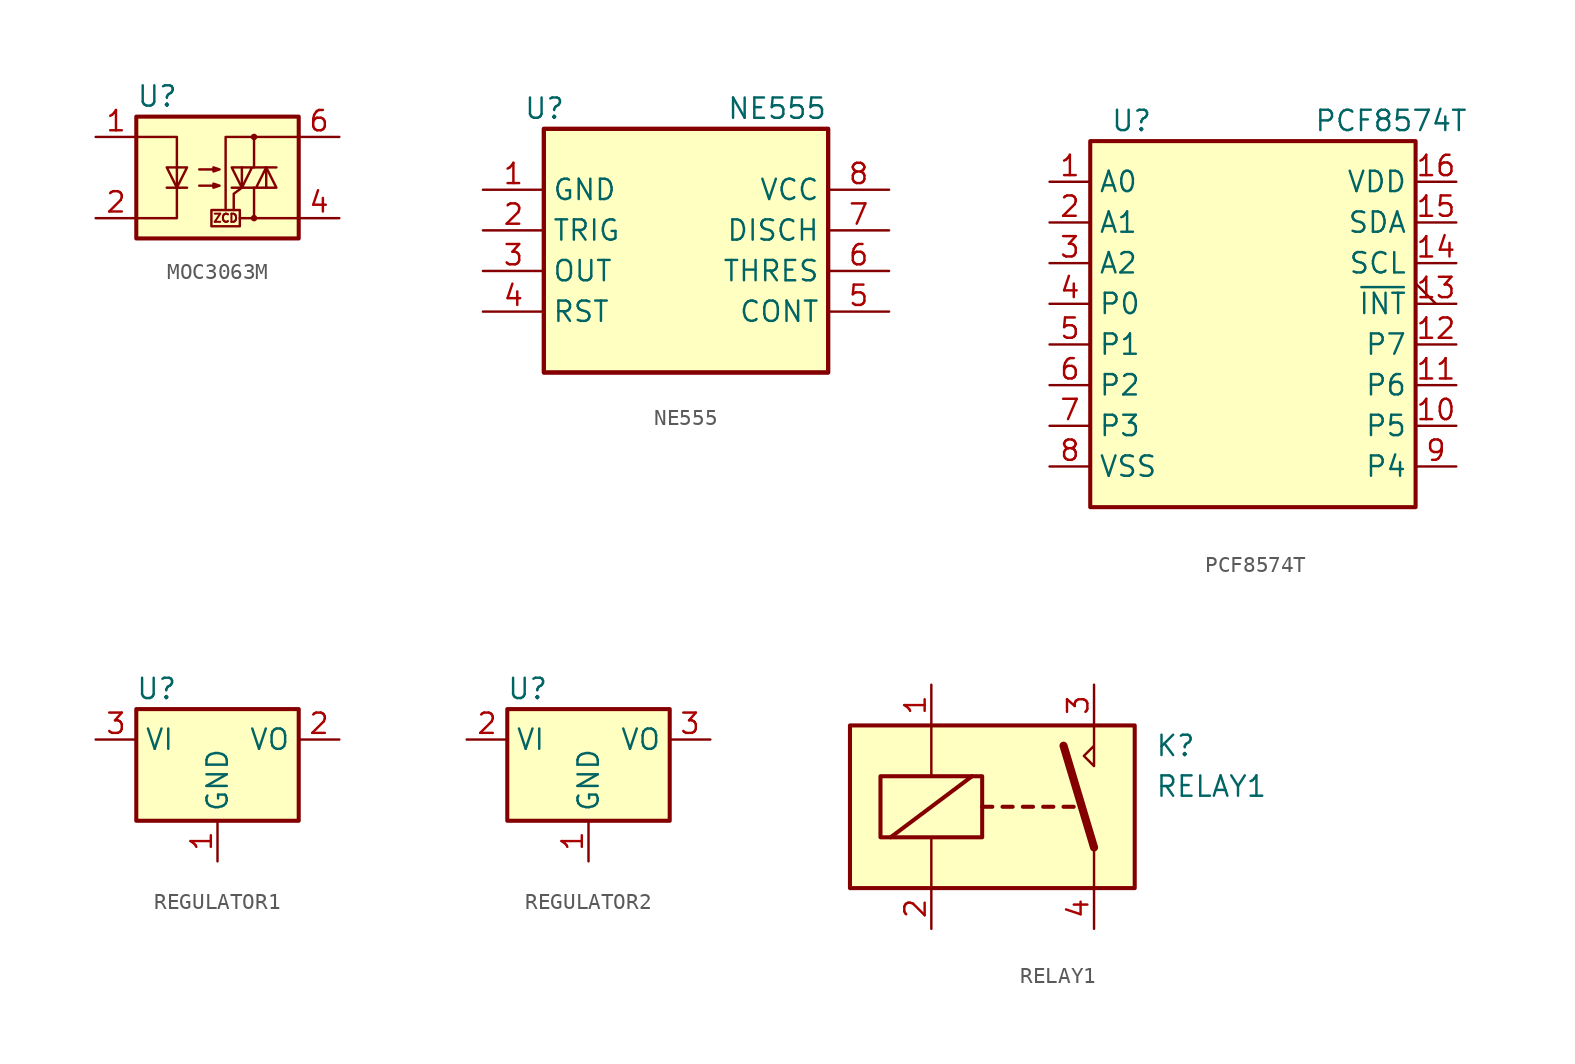
<source format=kicad_sym>
(kicad_symbol_lib
  (version 20220914)
  (generator kicad_symbol_editor)
  (symbol "MOC3063M"
    (property "Reference" "U"
      (at -5.08 5.08 0)
      (effects (font (size 1.27 1.27)) (justify left)))
    (property "Manufacturer" ""
      (at 0 0 0)
      (effects (font (size 1.27 1.27)) (justify left)))
    (property "Manufacturer Part Number" ""
      (at 0 0 0)
      (effects (font (size 1.27 1.27)) (justify left)))
    (symbol "MOC3063M_0_0"
      (rectangle (start -0.381 -2.032) (end 1.397 -3.048) (stroke (width 0) (type default)) (fill (type none)))
      (polyline (pts (xy 2.286 -2.54) (xy 1.397 -2.54)) (stroke (width 0) (type default)) (fill (type none)))
      (polyline (pts (xy 1.524 -0.635) (xy 1.016 -1.016) (xy 1.016 -2.032)) (stroke (width 0) (type default)) (fill (type none)))
      (text "ZCD" (at 0.508 -2.54 0) (effects (font (size 0.508 0.508)))))
    (symbol "MOC3063M_0_1"
      (rectangle (start -5.08 3.81) (end 5.08 -3.81) (stroke (width 0.254) (type default)) (fill (type background)))
      (polyline (pts (xy -3.175 -0.635) (xy -1.905 -0.635)) (stroke (width 0) (type default)) (fill (type none)))
      (polyline (pts (xy 1.524 -0.635) (xy 1.524 0.635)) (stroke (width 0) (type default)) (fill (type none)))
      (polyline (pts (xy 3.048 0.635) (xy 3.048 -0.635)) (stroke (width 0) (type default)) (fill (type none)))
      (polyline (pts (xy 2.286 -0.635) (xy 2.286 -2.54) (xy 5.08 -2.54)) (stroke (width 0) (type default)) (fill (type none)))
      (polyline (pts (xy 2.286 0.635) (xy 2.286 2.54) (xy 5.08 2.54)) (stroke (width 0) (type default)) (fill (type none)))
      (polyline (pts (xy 2.286 2.54) (xy 0.508 2.54) (xy 0.508 -2.032)) (stroke (width 0) (type default)) (fill (type none)))
      (polyline (pts (xy -5.08 2.54) (xy -2.54 2.54) (xy -2.54 -2.54) (xy -5.08 -2.54)) (stroke (width 0) (type default)) (fill (type none)))
      (polyline (pts (xy -2.54 -0.635) (xy -3.175 0.635) (xy -1.905 0.635) (xy -2.54 -0.635)) (stroke (width 0) (type default)) (fill (type none)))
      (polyline (pts (xy 0.889 -0.635) (xy 3.683 -0.635) (xy 3.048 0.635) (xy 2.413 -0.635)) (stroke (width 0) (type default)) (fill (type none)))
      (polyline (pts (xy 3.683 0.635) (xy 0.889 0.635) (xy 1.524 -0.635) (xy 2.159 0.635)) (stroke (width 0) (type default)) (fill (type none)))
      (polyline (pts (xy -1.143 -0.508) (xy 0.127 -0.508) (xy -0.254 -0.635) (xy -0.254 -0.381) (xy 0.127 -0.508)) (stroke (width 0) (type default)) (fill (type none)))
      (polyline (pts (xy -1.143 0.508) (xy 0.127 0.508) (xy -0.254 0.381) (xy -0.254 0.635) (xy 0.127 0.508)) (stroke (width 0) (type default)) (fill (type none)))
      (circle (center 2.286 -2.54) (radius 0.127) (stroke (width 0) (type default)) (fill (type none)))
      (circle (center 2.286 2.54) (radius 0.127) (stroke (width 0) (type default)) (fill (type none))))
    (symbol "MOC3063M_1_1"
      (pin passive line (at -7.62 2.54 0) (length 2.54) (name "~" (effects (font (size 1.27 1.27)))) (number "1" (effects (font (size 1.27 1.27)))))
      (pin passive line (at -7.62 -2.54 0) (length 2.54) (name "~" (effects (font (size 1.27 1.27)))) (number "2" (effects (font (size 1.27 1.27)))))
      (pin no_connect line (at -5.08 0 0) (length 2.54) hide (name "NC" (effects (font (size 1.27 1.27)))) (number "3" (effects (font (size 1.27 1.27)))))
      (pin passive line (at 7.62 -2.54 180) (length 2.54) (name "~" (effects (font (size 1.27 1.27)))) (number "4" (effects (font (size 1.27 1.27)))))
      (pin no_connect line (at 5.08 0 180) (length 2.54) hide (name "NC" (effects (font (size 1.27 1.27)))) (number "5" (effects (font (size 1.27 1.27)))))
      (pin passive line (at 7.62 2.54 180) (length 2.54) (name "~" (effects (font (size 1.27 1.27)))) (number "6" (effects (font (size 1.27 1.27)))))))
  (symbol "NE555"
    (property "Reference" "U"
      (at -10.16 8.89 0)
      (effects (font (size 1.27 1.27)) (justify left)))
    (property "Value" "NE555"
      (at 2.54 8.89 0)
      (effects (font (size 1.27 1.27)) (justify left)))
    (property "Manufacturer" ""
      (at 0 0 0)
      (effects (font (size 1.27 1.27)) (justify left)))
    (property "Manufacturer Part Number" ""
      (at 0 0 0)
      (effects (font (size 1.27 1.27)) (justify left)))
    (symbol "NE555_0_1"
      (rectangle (start -8.89 -7.62) (end 8.89 7.62) (stroke (width 0.254) (type default)) (fill (type background)))
      (rectangle (start -8.89 7.62) (end 8.89 -7.62) (stroke (width 0.254) (type default)) (fill (type background))))
    (symbol "NE555_1_0"
      (pin power_in line (at -12.7 3.81 0) (length 3.81) (name "GND" (effects (font (size 1.27 1.27)))) (number "1" (effects (font (size 1.27 1.27)))))
      (pin power_in line (at 12.7 3.81 180) (length 3.81) (name "VCC" (effects (font (size 1.27 1.27)))) (number "8" (effects (font (size 1.27 1.27))))))
    (symbol "NE555_1_1"
      (pin input line (at -12.7 1.27 0) (length 3.81) (name "TRIG" (effects (font (size 1.27 1.27)))) (number "2" (effects (font (size 1.27 1.27)))))
      (pin output line (at -12.7 -1.27 0) (length 3.81) (name "OUT" (effects (font (size 1.27 1.27)))) (number "3" (effects (font (size 1.27 1.27)))))
      (pin input line (at -12.7 -3.81 0) (length 3.81) (name "RST" (effects (font (size 1.27 1.27)))) (number "4" (effects (font (size 1.27 1.27)))))
      (pin input line (at 12.7 -3.81 180) (length 3.81) (name "CONT" (effects (font (size 1.27 1.27)))) (number "5" (effects (font (size 1.27 1.27)))))
      (pin input line (at 12.7 -1.27 180) (length 3.81) (name "THRES" (effects (font (size 1.27 1.27)))) (number "6" (effects (font (size 1.27 1.27)))))
      (pin input line (at 12.7 1.27 180) (length 3.81) (name "DISCH" (effects (font (size 1.27 1.27)))) (number "7" (effects (font (size 1.27 1.27)))))))
  (symbol "PCF8574T"
    (property "Reference" "U"
      (at -8.89 12.7 0)
      (effects (font (size 1.27 1.27)) (justify left)))
    (property "Value" "PCF8574T"
      (at 3.81 12.7 0)
      (effects (font (size 1.27 1.27)) (justify left)))
    (property "Manufacturer" ""
      (at 0 -3.81 0)
      (effects (font (size 1.27 1.27)) (justify left)))
    (property "Manufacturer Part Number" ""
      (at 0 -3.81 0)
      (effects (font (size 1.27 1.27)) (justify left)))
    (symbol "PCF8574T_0_1"
      (rectangle (start -10.16 11.43) (end 10.16 -11.43) (stroke (width 0.254) (type default)) (fill (type background))))
    (symbol "PCF8574T_1_1"
      (pin input line (at -12.7 8.89 0) (length 2.54) (name "A0" (effects (font (size 1.27 1.27)))) (number "1" (effects (font (size 1.27 1.27)))))
      (pin bidirectional line (at 12.7 -6.35 180) (length 2.54) (name "P5" (effects (font (size 1.27 1.27)))) (number "10" (effects (font (size 1.27 1.27)))))
      (pin bidirectional line (at 12.7 -3.81 180) (length 2.54) (name "P6" (effects (font (size 1.27 1.27)))) (number "11" (effects (font (size 1.27 1.27)))))
      (pin bidirectional line (at 12.7 -1.27 180) (length 2.54) (name "P7" (effects (font (size 1.27 1.27)))) (number "12" (effects (font (size 1.27 1.27)))))
      (pin open_collector output_low (at 12.7 1.27 180) (length 2.54) (name "~{INT}" (effects (font (size 1.27 1.27)))) (number "13" (effects (font (size 1.27 1.27)))))
      (pin input line (at 12.7 3.81 180) (length 2.54) (name "SCL" (effects (font (size 1.27 1.27)))) (number "14" (effects (font (size 1.27 1.27)))))
      (pin bidirectional line (at 12.7 6.35 180) (length 2.54) (name "SDA" (effects (font (size 1.27 1.27)))) (number "15" (effects (font (size 1.27 1.27)))))
      (pin power_in line (at 12.7 8.89 180) (length 2.54) (name "VDD" (effects (font (size 1.27 1.27)))) (number "16" (effects (font (size 1.27 1.27)))))
      (pin input line (at -12.7 6.35 0) (length 2.54) (name "A1" (effects (font (size 1.27 1.27)))) (number "2" (effects (font (size 1.27 1.27)))))
      (pin input line (at -12.7 3.81 0) (length 2.54) (name "A2" (effects (font (size 1.27 1.27)))) (number "3" (effects (font (size 1.27 1.27)))))
      (pin bidirectional line (at -12.7 1.27 0) (length 2.54) (name "P0" (effects (font (size 1.27 1.27)))) (number "4" (effects (font (size 1.27 1.27)))))
      (pin bidirectional line (at -12.7 -1.27 0) (length 2.54) (name "P1" (effects (font (size 1.27 1.27)))) (number "5" (effects (font (size 1.27 1.27)))))
      (pin bidirectional line (at -12.7 -3.81 0) (length 2.54) (name "P2" (effects (font (size 1.27 1.27)))) (number "6" (effects (font (size 1.27 1.27)))))
      (pin bidirectional line (at -12.7 -6.35 0) (length 2.54) (name "P3" (effects (font (size 1.27 1.27)))) (number "7" (effects (font (size 1.27 1.27)))))
      (pin power_in line (at -12.7 -8.89 0) (length 2.54) (name "VSS" (effects (font (size 1.27 1.27)))) (number "8" (effects (font (size 1.27 1.27)))))
      (pin bidirectional line (at 12.7 -8.89 180) (length 2.54) (name "P4" (effects (font (size 1.27 1.27)))) (number "9" (effects (font (size 1.27 1.27)))))))
  (symbol "REGULATOR1"
    (property "Reference" "U"
      (at -3.81 3.175 0)
      (effects (font (size 1.27 1.27))))
    (property "Manufacturer" ""
      (at 0 0 0)
      (effects (font (size 1.27 1.27))))
    (property "Manufacturer Part Number" ""
      (at 0 0 0)
      (effects (font (size 1.27 1.27))))
    (symbol "REGULATOR1_0_1"
      (rectangle (start -5.08 -5.08) (end 5.08 1.905) (stroke (width 0.254) (type default)) (fill (type background))))
    (symbol "REGULATOR1_1_1"
      (pin power_in line (at 0 -7.62 90) (length 2.54) (name "GND" (effects (font (size 1.27 1.27)))) (number "1" (effects (font (size 1.27 1.27)))))
      (pin power_out line (at 7.62 0 180) (length 2.54) (name "VO" (effects (font (size 1.27 1.27)))) (number "2" (effects (font (size 1.27 1.27)))))
      (pin power_in line (at -7.62 0 0) (length 2.54) (name "VI" (effects (font (size 1.27 1.27)))) (number "3" (effects (font (size 1.27 1.27)))))))
  (symbol "REGULATOR2"
    (property "Reference" "U"
      (at -3.81 3.175 0)
      (effects (font (size 1.27 1.27))))
    (property "Manufacturer" ""
      (at 0 0 0)
      (effects (font (size 1.27 1.27))))
    (property "Manufacturer Part Number" ""
      (at 0 0 0)
      (effects (font (size 1.27 1.27))))
    (symbol "REGULATOR2_0_1"
      (rectangle (start -5.08 -5.08) (end 5.08 1.905) (stroke (width 0.254) (type default)) (fill (type background))))
    (symbol "REGULATOR2_1_1"
      (pin power_in line (at 0 -7.62 90) (length 2.54) (name "GND" (effects (font (size 1.27 1.27)))) (number "1" (effects (font (size 1.27 1.27)))))
      (pin power_in line (at -7.62 0 0) (length 2.54) (name "VI" (effects (font (size 1.27 1.27)))) (number "2" (effects (font (size 1.27 1.27)))))
      (pin power_out line (at 7.62 0 180) (length 2.54) (name "VO" (effects (font (size 1.27 1.27)))) (number "3" (effects (font (size 1.27 1.27)))))))
  (symbol "RELAY1"
    (pin_names hide)
    (property "Reference" "K"
      (at 8.89 3.81 0)
      (effects (font (size 1.27 1.27)) (justify left)))
    (property "Value" "RELAY1"
      (at 8.89 1.27 0)
      (effects (font (size 1.27 1.27)) (justify left)))
    (property "Manufacturer" ""
      (at 0 0 0)
      (effects (font (size 1.27 1.27)) (justify left)))
    (property "Manufacturer Part Number" ""
      (at 0 0 0)
      (effects (font (size 1.27 1.27)) (justify left)))
    (symbol "RELAY1_0_0"
      (polyline (pts (xy 5.08 5.08) (xy 5.08 2.54) (xy 4.445 3.175) (xy 5.08 3.81)) (stroke (width 0) (type default)) (fill (type none))))
    (symbol "RELAY1_0_1"
      (rectangle (start -10.16 5.08) (end 7.62 -5.08) (stroke (width 0.254) (type default)) (fill (type background)))
      (rectangle (start -8.255 1.905) (end -1.905 -1.905) (stroke (width 0.254) (type default)) (fill (type none)))
      (polyline (pts (xy -7.62 -1.905) (xy -2.54 1.905)) (stroke (width 0.254) (type default)) (fill (type none)))
      (polyline (pts (xy -5.08 -5.08) (xy -5.08 -1.905)) (stroke (width 0) (type default)) (fill (type none)))
      (polyline (pts (xy -5.08 5.08) (xy -5.08 1.905)) (stroke (width 0) (type default)) (fill (type none)))
      (polyline (pts (xy -1.905 0) (xy -1.27 0)) (stroke (width 0.254) (type default)) (fill (type none)))
      (polyline (pts (xy -0.635 0) (xy 0 0)) (stroke (width 0.254) (type default)) (fill (type none)))
      (polyline (pts (xy 0.635 0) (xy 1.27 0)) (stroke (width 0.254) (type default)) (fill (type none)))
      (polyline (pts (xy 1.905 0) (xy 2.54 0)) (stroke (width 0.254) (type default)) (fill (type none)))
      (polyline (pts (xy 3.175 0) (xy 3.81 0)) (stroke (width 0.254) (type default)) (fill (type none)))
      (polyline (pts (xy 5.08 -2.54) (xy 3.175 3.81)) (stroke (width 0.508) (type default)) (fill (type none)))
      (polyline (pts (xy 5.08 -2.54) (xy 5.08 -5.08)) (stroke (width 0) (type default)) (fill (type none))))
    (symbol "RELAY1_1_1"
      (pin passive line (at -5.08 7.62 270) (length 2.54) (name "+" (effects (font (size 1.27 1.27)))) (number "1" (effects (font (size 1.27 1.27)))))
      (pin passive line (at -5.08 -7.62 90) (length 2.54) (name "-" (effects (font (size 1.27 1.27)))) (number "2" (effects (font (size 1.27 1.27)))))
      (pin passive line (at 5.08 7.62 270) (length 2.54) (name "~" (effects (font (size 1.27 1.27)))) (number "3" (effects (font (size 1.27 1.27)))))
      (pin passive line (at 5.08 -7.62 90) (length 2.54) (name "~" (effects (font (size 1.27 1.27)))) (number "4" (effects (font (size 1.27 1.27))))))))
</source>
